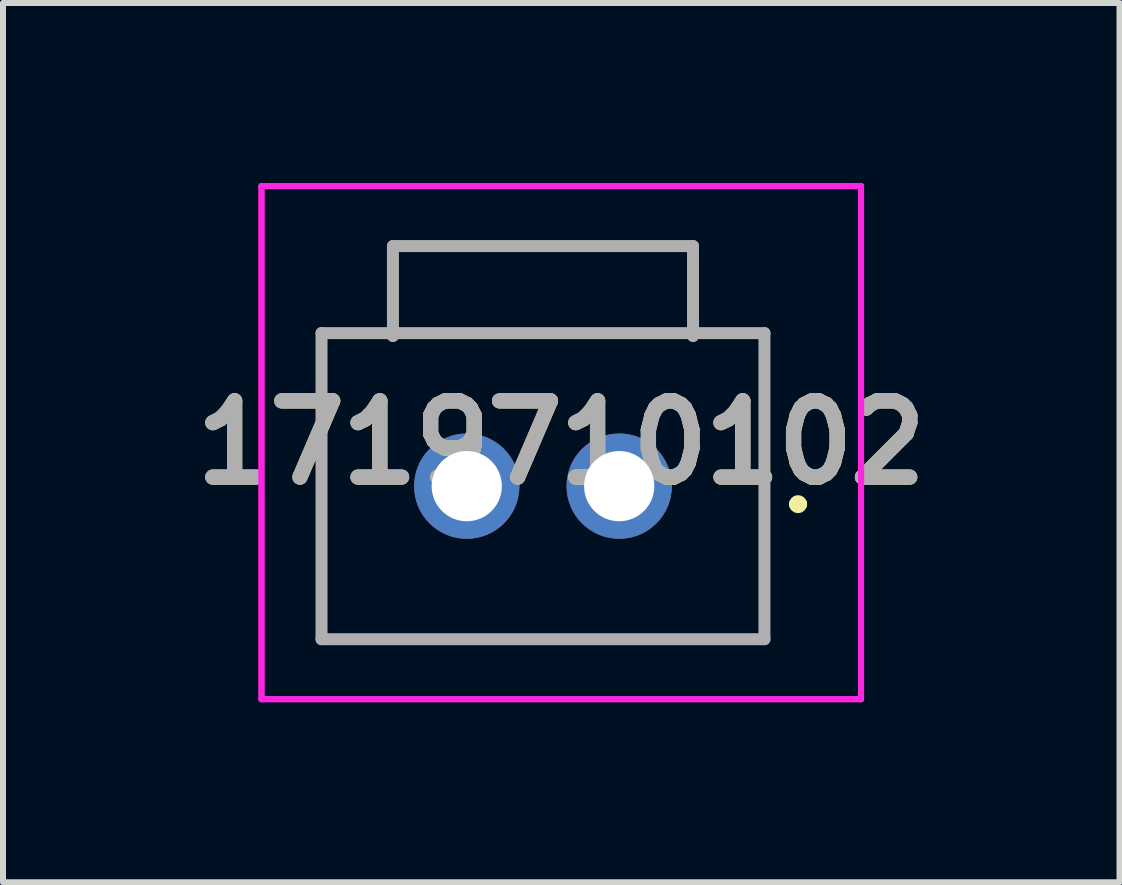
<source format=kicad_pcb>
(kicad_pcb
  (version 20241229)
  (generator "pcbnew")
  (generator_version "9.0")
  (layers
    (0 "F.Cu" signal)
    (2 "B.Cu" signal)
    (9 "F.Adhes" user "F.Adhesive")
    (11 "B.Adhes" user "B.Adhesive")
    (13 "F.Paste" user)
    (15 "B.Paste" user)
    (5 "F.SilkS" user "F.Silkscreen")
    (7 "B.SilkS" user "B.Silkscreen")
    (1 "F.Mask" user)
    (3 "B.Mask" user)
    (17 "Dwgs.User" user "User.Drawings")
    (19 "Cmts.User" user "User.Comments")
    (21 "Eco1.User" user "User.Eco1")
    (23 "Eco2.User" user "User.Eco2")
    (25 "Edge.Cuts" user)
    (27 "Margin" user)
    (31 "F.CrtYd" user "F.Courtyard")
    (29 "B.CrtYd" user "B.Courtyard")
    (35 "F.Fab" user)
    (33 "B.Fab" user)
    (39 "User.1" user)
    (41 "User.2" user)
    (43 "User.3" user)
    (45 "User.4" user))
  (footprint "1719710102"
    (layer "F.Cu")
    (at 7.267 5.05)
    (property "Reference" "1719710102" (at -0.965 -0.725 0) (layer "F.SilkS") (effects (font (size 1.27 1.27) (thickness 0.254))))
    (attr through_hole)
    (fp_line (start -4.96 -2.55) (end 2.42 -2.55) (stroke (width 0.1) (type solid)) (layer "F.SilkS"))
    (fp_line (start -4.96 2.55) (end -4.96 -2.55) (stroke (width 0.1) (type solid)) (layer "F.SilkS"))
    (fp_line (start -3.77 -4) (end 1.23 -4) (stroke (width 0.1) (type solid)) (layer "F.SilkS"))
    (fp_line (start -3.77 -2.55) (end -3.77 -4) (stroke (width 0.1) (type solid)) (layer "F.SilkS"))
    (fp_line (start 1.23 -4) (end 1.23 -2.55) (stroke (width 0.1) (type solid)) (layer "F.SilkS"))
    (fp_line (start 2.42 -2.55) (end 2.42 2.55) (stroke (width 0.1) (type solid)) (layer "F.SilkS"))
    (fp_line (start 2.42 2.55) (end -4.96 2.55) (stroke (width 0.1) (type solid)) (layer "F.SilkS"))
    (fp_line (start 2.93 0.3) (end 2.93 0.3) (stroke (width 0.2) (type solid)) (layer "F.SilkS"))
    (fp_line (start 3.03 0.3) (end 3.03 0.3) (stroke (width 0.2) (type solid)) (layer "F.SilkS"))
    (fp_arc (start 2.93 0.3) (mid 2.98 0.25) (end 3.03 0.3) (stroke (width 0.2) (type solid)) (layer "F.SilkS"))
    (fp_arc (start 3.03 0.3) (mid 2.98 0.35) (end 2.93 0.3) (stroke (width 0.2) (type solid)) (layer "F.SilkS"))
    (fp_line (start -5.96 -5) (end 4.03 -5) (stroke (width 0.1) (type solid)) (layer "F.CrtYd"))
    (fp_line (start -5.96 -5) (end 4.03 -5) (stroke (width 0.1) (type solid)) (layer "F.CrtYd"))
    (fp_line (start -5.96 3.55) (end -5.96 -5) (stroke (width 0.1) (type solid)) (layer "F.CrtYd"))
    (fp_line (start -5.96 3.55) (end -5.96 -5) (stroke (width 0.1) (type solid)) (layer "F.CrtYd"))
    (fp_line (start 4.03 -5) (end 4.03 3.55) (stroke (width 0.1) (type solid)) (layer "F.CrtYd"))
    (fp_line (start 4.03 -5) (end 4.03 3.55) (stroke (width 0.1) (type solid)) (layer "F.CrtYd"))
    (fp_line (start 4.03 3.55) (end -5.96 3.55) (stroke (width 0.1) (type solid)) (layer "F.CrtYd"))
    (fp_line (start 4.03 3.55) (end -5.96 3.55) (stroke (width 0.1) (type solid)) (layer "F.CrtYd"))
    (fp_line (start -4.96 -2.55) (end 2.42 -2.55) (stroke (width 0.2) (type solid)) (layer "F.Fab"))
    (fp_line (start -4.96 2.55) (end -4.96 -2.55) (stroke (width 0.2) (type solid)) (layer "F.Fab"))
    (fp_line (start -3.77 -4) (end 1.23 -4) (stroke (width 0.2) (type solid)) (layer "F.Fab"))
    (fp_line (start -3.77 -2.5) (end -3.77 -4) (stroke (width 0.2) (type solid)) (layer "F.Fab"))
    (fp_line (start 1.23 -4) (end 1.23 -2.5) (stroke (width 0.2) (type solid)) (layer "F.Fab"))
    (fp_line (start 2.42 -2.55) (end 2.42 2.55) (stroke (width 0.2) (type solid)) (layer "F.Fab"))
    (fp_line (start 2.42 2.55) (end -4.96 2.55) (stroke (width 0.2) (type solid)) (layer "F.Fab"))
    (fp_text user "${REFERENCE}" (at -0.965 -0.725 0) (layer "F.Fab") (effects (font (size 1.27 1.27) (thickness 0.254))))
    (pad "1" thru_hole circle (at 0 0) (size 1.755 1.755) (drill 1.17) (layers "*.Cu" "*.Mask"))
    (pad "2" thru_hole circle (at -2.54 0) (size 1.755 1.755) (drill 1.17) (layers "*.Cu" "*.Mask")))
  (gr_rect
    (start -3 -3)
    (end 15.603 11.65)
    (stroke (width 0.1) (type default))
    (fill no)
    (layer "Edge.Cuts")))
</source>
